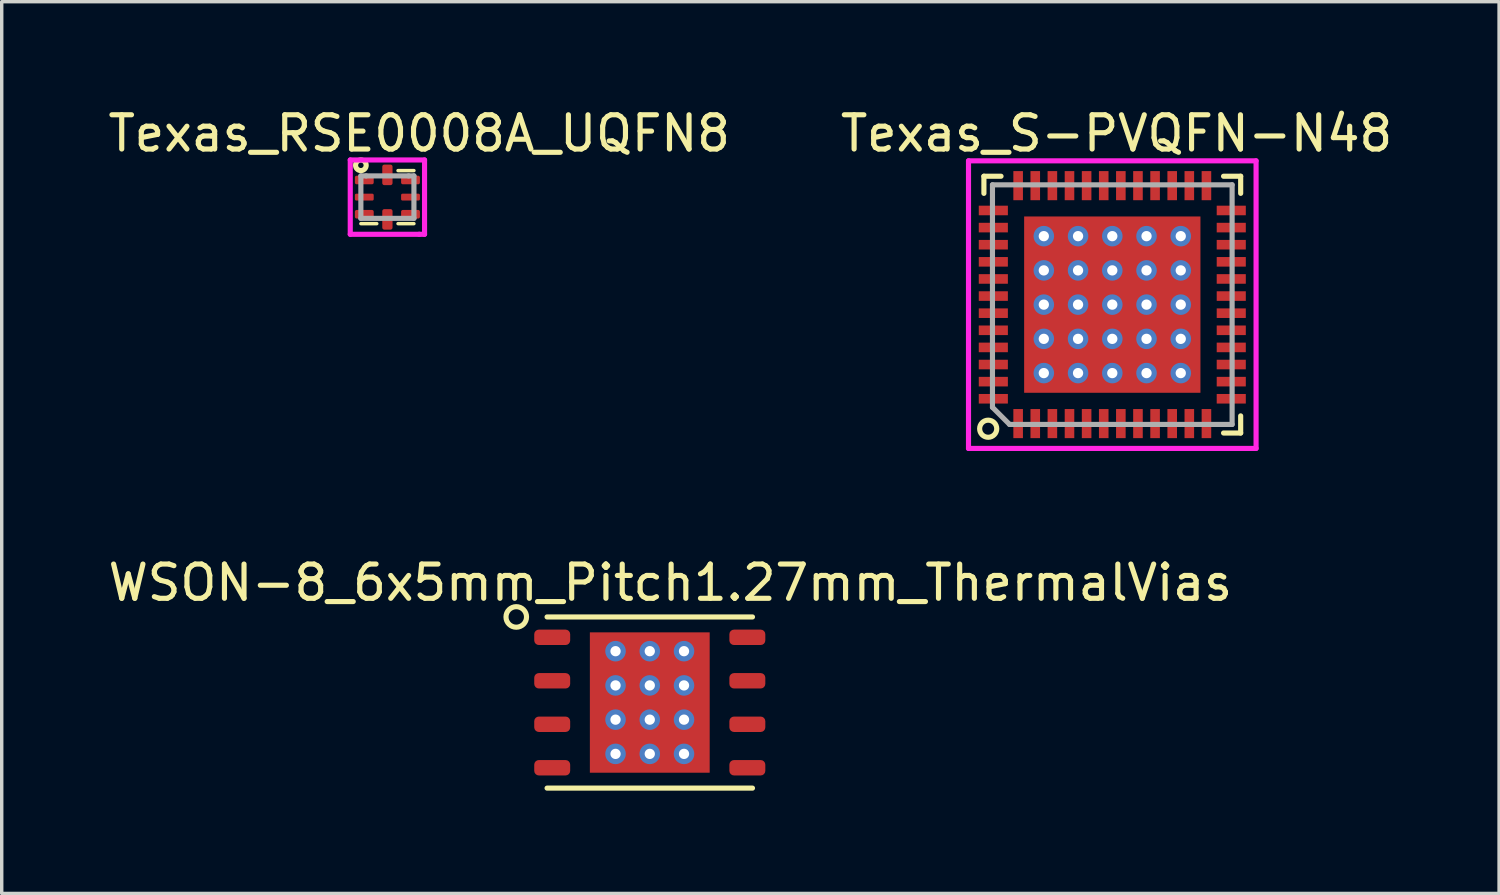
<source format=kicad_pcb>
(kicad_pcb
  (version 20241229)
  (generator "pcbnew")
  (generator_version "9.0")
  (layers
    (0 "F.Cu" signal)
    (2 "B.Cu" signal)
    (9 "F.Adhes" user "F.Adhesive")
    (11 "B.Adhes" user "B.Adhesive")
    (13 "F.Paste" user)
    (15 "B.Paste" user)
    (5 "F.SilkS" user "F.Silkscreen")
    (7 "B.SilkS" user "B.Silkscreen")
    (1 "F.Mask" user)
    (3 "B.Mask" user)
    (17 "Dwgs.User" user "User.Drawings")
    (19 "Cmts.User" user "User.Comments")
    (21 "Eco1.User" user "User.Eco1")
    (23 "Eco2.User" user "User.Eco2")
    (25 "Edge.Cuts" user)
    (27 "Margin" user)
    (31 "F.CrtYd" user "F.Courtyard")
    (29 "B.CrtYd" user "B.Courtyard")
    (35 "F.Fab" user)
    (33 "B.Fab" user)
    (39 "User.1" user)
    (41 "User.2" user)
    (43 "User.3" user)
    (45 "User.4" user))
  (footprint "Texas_S-PVQFN-N48"
    (layer "F.Cu")
    (at 29.44 5.848)
    (property "Reference" "Texas_S-PVQFN-N48" (at 0.125 -5 180) (layer "F.SilkS") (effects (font (size 1 1) (thickness 0.15))))
    (attr through_hole)
    (fp_line (start -3.75 -3.75) (end -3.25 -3.75) (stroke (width 0.15) (type solid)) (layer "F.SilkS"))
    (fp_line (start -3.75 -3.25) (end -3.75 -3.75) (stroke (width 0.15) (type solid)) (layer "F.SilkS"))
    (fp_line (start 3.25 -3.75) (end 3.75 -3.75) (stroke (width 0.15) (type solid)) (layer "F.SilkS"))
    (fp_line (start 3.25 3.75) (end 3.75 3.75) (stroke (width 0.15) (type solid)) (layer "F.SilkS"))
    (fp_line (start 3.75 -3.75) (end 3.75 -3.25) (stroke (width 0.15) (type solid)) (layer "F.SilkS"))
    (fp_line (start 3.75 3.75) (end 3.75 3.25) (stroke (width 0.15) (type solid)) (layer "F.SilkS"))
    (fp_circle (center -3.625 3.625) (end -3.375 3.625) (stroke (width 0.15) (type solid)) (fill no) (layer "F.SilkS"))
    (fp_line (start -4.2 -4.2) (end 4.2 -4.2) (stroke (width 0.15) (type solid)) (layer "F.CrtYd"))
    (fp_line (start -4.2 4.2) (end -4.2 -4.2) (stroke (width 0.15) (type solid)) (layer "F.CrtYd"))
    (fp_line (start 4.2 -4.2) (end 4.2 4.2) (stroke (width 0.15) (type solid)) (layer "F.CrtYd"))
    (fp_line (start 4.2 4.2) (end -4.2 4.2) (stroke (width 0.15) (type solid)) (layer "F.CrtYd"))
    (fp_line (start -3.5 -3.5) (end -3.5 3) (stroke (width 0.15) (type solid)) (layer "F.Fab"))
    (fp_line (start -3.5 3) (end -3 3.5) (stroke (width 0.15) (type solid)) (layer "F.Fab"))
    (fp_line (start -3 3.5) (end 3.5 3.5) (stroke (width 0.15) (type solid)) (layer "F.Fab"))
    (fp_line (start 3.5 -3.5) (end -3.5 -3.5) (stroke (width 0.15) (type solid)) (layer "F.Fab"))
    (fp_line (start 3.5 3.5) (end 3.5 -3.5) (stroke (width 0.15) (type solid)) (layer "F.Fab"))
    (pad "" thru_hole circle (at -2 -2) (size 0.6 0.6) (drill 0.3) (layers "*.Cu" "*.Mask"))
    (pad "" thru_hole circle (at -2 -1) (size 0.6 0.6) (drill 0.3) (layers "*.Cu" "*.Mask"))
    (pad "" thru_hole circle (at -2 0) (size 0.6 0.6) (drill 0.3) (layers "*.Cu" "*.Mask"))
    (pad "" thru_hole circle (at -2 1) (size 0.6 0.6) (drill 0.3) (layers "*.Cu" "*.Mask"))
    (pad "" thru_hole circle (at -2 2) (size 0.6 0.6) (drill 0.3) (layers "*.Cu" "*.Mask"))
    (pad "" smd rect (at -1.75 -1.75) (size 1.45 1.45) (layers "F.Paste"))
    (pad "" smd rect (at -1.75 0) (size 1.45 1.45) (layers "F.Paste"))
    (pad "" smd rect (at -1.75 1.75) (size 1.45 1.45) (layers "F.Paste"))
    (pad "" thru_hole circle (at -1 -2) (size 0.6 0.6) (drill 0.3) (layers "*.Cu" "*.Mask"))
    (pad "" thru_hole circle (at -1 -1) (size 0.6 0.6) (drill 0.3) (layers "*.Cu" "*.Mask"))
    (pad "" thru_hole circle (at -1 0) (size 0.6 0.6) (drill 0.3) (layers "*.Cu" "*.Mask"))
    (pad "" thru_hole circle (at -1 1) (size 0.6 0.6) (drill 0.3) (layers "*.Cu" "*.Mask"))
    (pad "" thru_hole circle (at -1 2) (size 0.6 0.6) (drill 0.3) (layers "*.Cu" "*.Mask"))
    (pad "" thru_hole circle (at 0 -2) (size 0.6 0.6) (drill 0.3) (layers "*.Cu" "*.Mask"))
    (pad "" smd rect (at 0 -1.75) (size 1.45 1.45) (layers "F.Paste"))
    (pad "" thru_hole circle (at 0 -1) (size 0.6 0.6) (drill 0.3) (layers "*.Cu" "*.Mask"))
    (pad "" thru_hole circle (at 0 0) (size 0.6 0.6) (drill 0.3) (layers "*.Cu" "*.Mask"))
    (pad "" smd rect (at 0 0) (size 1.45 1.45) (layers "F.Paste"))
    (pad "" thru_hole circle (at 0 1) (size 0.6 0.6) (drill 0.3) (layers "*.Cu" "*.Mask"))
    (pad "" smd rect (at 0 1.75) (size 1.45 1.45) (layers "F.Paste"))
    (pad "" thru_hole circle (at 0 2) (size 0.6 0.6) (drill 0.3) (layers "*.Cu" "*.Mask"))
    (pad "" thru_hole circle (at 1 -2) (size 0.6 0.6) (drill 0.3) (layers "*.Cu" "*.Mask"))
    (pad "" thru_hole circle (at 1 -1) (size 0.6 0.6) (drill 0.3) (layers "*.Cu" "*.Mask"))
    (pad "" thru_hole circle (at 1 0) (size 0.6 0.6) (drill 0.3) (layers "*.Cu" "*.Mask"))
    (pad "" thru_hole circle (at 1 1) (size 0.6 0.6) (drill 0.3) (layers "*.Cu" "*.Mask"))
    (pad "" thru_hole circle (at 1 2) (size 0.6 0.6) (drill 0.3) (layers "*.Cu" "*.Mask"))
    (pad "" smd rect (at 1.75 -1.75) (size 1.45 1.45) (layers "F.Paste"))
    (pad "" smd rect (at 1.75 0) (size 1.45 1.45) (layers "F.Paste"))
    (pad "" smd rect (at 1.75 1.75) (size 1.45 1.45) (layers "F.Paste"))
    (pad "" thru_hole circle (at 2 -2) (size 0.6 0.6) (drill 0.3) (layers "*.Cu" "*.Mask"))
    (pad "" thru_hole circle (at 2 -1) (size 0.6 0.6) (drill 0.3) (layers "*.Cu" "*.Mask"))
    (pad "" thru_hole circle (at 2 0) (size 0.6 0.6) (drill 0.3) (layers "*.Cu" "*.Mask"))
    (pad "" thru_hole circle (at 2 1) (size 0.6 0.6) (drill 0.3) (layers "*.Cu" "*.Mask"))
    (pad "" thru_hole circle (at 2 2) (size 0.6 0.6) (drill 0.3) (layers "*.Cu" "*.Mask"))
    (pad "1" smd rect (at -2.75 3.475) (size 0.28 0.85) (layers "F.Cu" "F.Mask" "F.Paste"))
    (pad "2" smd rect (at -2.25 3.475) (size 0.28 0.85) (layers "F.Cu" "F.Mask" "F.Paste"))
    (pad "3" smd rect (at -1.75 3.475) (size 0.28 0.85) (layers "F.Cu" "F.Mask" "F.Paste"))
    (pad "4" smd rect (at -1.25 3.475) (size 0.28 0.85) (layers "F.Cu" "F.Mask" "F.Paste"))
    (pad "5" smd rect (at -0.75 3.475) (size 0.28 0.85) (layers "F.Cu" "F.Mask" "F.Paste"))
    (pad "6" smd rect (at -0.25 3.475) (size 0.28 0.85) (layers "F.Cu" "F.Mask" "F.Paste"))
    (pad "7" smd rect (at 0.25 3.475) (size 0.28 0.85) (layers "F.Cu" "F.Mask" "F.Paste"))
    (pad "8" smd rect (at 0.75 3.475) (size 0.28 0.85) (layers "F.Cu" "F.Mask" "F.Paste"))
    (pad "9" smd rect (at 1.25 3.475) (size 0.28 0.85) (layers "F.Cu" "F.Mask" "F.Paste"))
    (pad "10" smd rect (at 1.75 3.475) (size 0.28 0.85) (layers "F.Cu" "F.Mask" "F.Paste"))
    (pad "11" smd rect (at 2.25 3.475) (size 0.28 0.85) (layers "F.Cu" "F.Mask" "F.Paste"))
    (pad "12" smd rect (at 2.75 3.475) (size 0.28 0.85) (layers "F.Cu" "F.Mask" "F.Paste"))
    (pad "13" smd rect (at 3.475 2.75 90) (size 0.28 0.85) (layers "F.Cu" "F.Mask" "F.Paste"))
    (pad "14" smd rect (at 3.475 2.25 90) (size 0.28 0.85) (layers "F.Cu" "F.Mask" "F.Paste"))
    (pad "15" smd rect (at 3.475 1.75 90) (size 0.28 0.85) (layers "F.Cu" "F.Mask" "F.Paste"))
    (pad "16" smd rect (at 3.475 1.25 90) (size 0.28 0.85) (layers "F.Cu" "F.Mask" "F.Paste"))
    (pad "17" smd rect (at 3.475 0.75 90) (size 0.28 0.85) (layers "F.Cu" "F.Mask" "F.Paste"))
    (pad "18" smd rect (at 3.475 0.25 90) (size 0.28 0.85) (layers "F.Cu" "F.Mask" "F.Paste"))
    (pad "19" smd rect (at 3.475 -0.25 90) (size 0.28 0.85) (layers "F.Cu" "F.Mask" "F.Paste"))
    (pad "20" smd rect (at 3.475 -0.75 90) (size 0.28 0.85) (layers "F.Cu" "F.Mask" "F.Paste"))
    (pad "21" smd rect (at 3.475 -1.25 90) (size 0.28 0.85) (layers "F.Cu" "F.Mask" "F.Paste"))
    (pad "22" smd rect (at 3.475 -1.75 90) (size 0.28 0.85) (layers "F.Cu" "F.Mask" "F.Paste"))
    (pad "23" smd rect (at 3.475 -2.25 90) (size 0.28 0.85) (layers "F.Cu" "F.Mask" "F.Paste"))
    (pad "24" smd rect (at 3.475 -2.75 90) (size 0.28 0.85) (layers "F.Cu" "F.Mask" "F.Paste"))
    (pad "25" smd rect (at 2.75 -3.475) (size 0.28 0.85) (layers "F.Cu" "F.Mask" "F.Paste"))
    (pad "26" smd rect (at 2.25 -3.475) (size 0.28 0.85) (layers "F.Cu" "F.Mask" "F.Paste"))
    (pad "27" smd rect (at 1.75 -3.475) (size 0.28 0.85) (layers "F.Cu" "F.Mask" "F.Paste"))
    (pad "28" smd rect (at 1.25 -3.475) (size 0.28 0.85) (layers "F.Cu" "F.Mask" "F.Paste"))
    (pad "29" smd rect (at 0.75 -3.475) (size 0.28 0.85) (layers "F.Cu" "F.Mask" "F.Paste"))
    (pad "30" smd rect (at 0.25 -3.475) (size 0.28 0.85) (layers "F.Cu" "F.Mask" "F.Paste"))
    (pad "31" smd rect (at -0.25 -3.475) (size 0.28 0.85) (layers "F.Cu" "F.Mask" "F.Paste"))
    (pad "32" smd rect (at -0.75 -3.475) (size 0.28 0.85) (layers "F.Cu" "F.Mask" "F.Paste"))
    (pad "33" smd rect (at -1.25 -3.475) (size 0.28 0.85) (layers "F.Cu" "F.Mask" "F.Paste"))
    (pad "34" smd rect (at -1.75 -3.475) (size 0.28 0.85) (layers "F.Cu" "F.Mask" "F.Paste"))
    (pad "35" smd rect (at -2.25 -3.475) (size 0.28 0.85) (layers "F.Cu" "F.Mask" "F.Paste"))
    (pad "36" smd rect (at -2.75 -3.475) (size 0.28 0.85) (layers "F.Cu" "F.Mask" "F.Paste"))
    (pad "37" smd rect (at -3.475 -2.75 90) (size 0.28 0.85) (layers "F.Cu" "F.Mask" "F.Paste"))
    (pad "38" smd rect (at -3.475 -2.25 90) (size 0.28 0.85) (layers "F.Cu" "F.Mask" "F.Paste"))
    (pad "39" smd rect (at -3.475 -1.75 90) (size 0.28 0.85) (layers "F.Cu" "F.Mask" "F.Paste"))
    (pad "40" smd rect (at -3.475 -1.25 90) (size 0.28 0.85) (layers "F.Cu" "F.Mask" "F.Paste"))
    (pad "41" smd rect (at -3.475 -0.75 90) (size 0.28 0.85) (layers "F.Cu" "F.Mask" "F.Paste"))
    (pad "42" smd rect (at -3.475 -0.25 90) (size 0.28 0.85) (layers "F.Cu" "F.Mask" "F.Paste"))
    (pad "43" smd rect (at -3.475 0.25 90) (size 0.28 0.85) (layers "F.Cu" "F.Mask" "F.Paste"))
    (pad "44" smd rect (at -3.475 0.75 90) (size 0.28 0.85) (layers "F.Cu" "F.Mask" "F.Paste"))
    (pad "45" smd rect (at -3.475 1.25 90) (size 0.28 0.85) (layers "F.Cu" "F.Mask" "F.Paste"))
    (pad "46" smd rect (at -3.475 1.75 90) (size 0.28 0.85) (layers "F.Cu" "F.Mask" "F.Paste"))
    (pad "47" smd rect (at -3.475 2.25 90) (size 0.28 0.85) (layers "F.Cu" "F.Mask" "F.Paste"))
    (pad "48" smd rect (at -3.475 2.75 90) (size 0.28 0.85) (layers "F.Cu" "F.Mask" "F.Paste"))
    (pad "49" smd rect (at 0 0) (size 5.15 5.15) (layers "F.Cu" "F.Mask")))
  (footprint "Texas_RSE0008A_UQFN8"
    (layer "F.Cu")
    (at 8.266 2.708)
    (property "Reference" "Texas_RSE0008A_UQFN8" (at 0.93 -1.86 0) (layer "F.SilkS") (effects (font (size 1 1) (thickness 0.15))))
    (attr through_hole)
    (fp_line (start -0.775 0.775) (end -0.31 0.775) (stroke (width 0.1) (type solid)) (layer "F.SilkS"))
    (fp_line (start 0.31 -0.775) (end 0.775 -0.775) (stroke (width 0.1) (type solid)) (layer "F.SilkS"))
    (fp_line (start 0.31 0.775) (end 0.775 0.775) (stroke (width 0.1) (type solid)) (layer "F.SilkS"))
    (fp_circle (center -0.775 -0.93) (end -0.62 -0.93) (stroke (width 0.15) (type solid)) (fill no) (layer "F.SilkS"))
    (fp_line (start -1.085 -1.085) (end 1.085 -1.085) (stroke (width 0.15) (type solid)) (layer "F.CrtYd"))
    (fp_line (start -1.085 1.085) (end -1.085 -1.085) (stroke (width 0.15) (type solid)) (layer "F.CrtYd"))
    (fp_line (start 0.93 1.085) (end -1.085 1.085) (stroke (width 0.15) (type solid)) (layer "F.CrtYd"))
    (fp_line (start 1.085 -1.085) (end 1.085 1.085) (stroke (width 0.15) (type solid)) (layer "F.CrtYd"))
    (fp_line (start 1.085 1.085) (end 0.93 1.085) (stroke (width 0.15) (type solid)) (layer "F.CrtYd"))
    (fp_line (start -0.775 -0.62) (end -0.62 -0.62) (stroke (width 0.15) (type solid)) (layer "F.Fab"))
    (fp_line (start -0.775 0.62) (end -0.775 -0.62) (stroke (width 0.15) (type solid)) (layer "F.Fab"))
    (fp_line (start -0.62 -0.62) (end 0.62 -0.62) (stroke (width 0.15) (type solid)) (layer "F.Fab"))
    (fp_line (start 0.62 -0.62) (end 0.775 -0.62) (stroke (width 0.15) (type solid)) (layer "F.Fab"))
    (fp_line (start 0.775 -0.62) (end 0.775 0.62) (stroke (width 0.15) (type solid)) (layer "F.Fab"))
    (fp_line (start 0.775 0.62) (end -0.775 0.62) (stroke (width 0.15) (type solid)) (layer "F.Fab"))
    (pad "1" smd roundrect (at -0.675 -0.5) (size 0.55 0.25) (layers "F.Cu" "F.Mask" "F.Paste") (roundrect_rratio 0.2))
    (pad "2" smd roundrect (at -0.675 0) (size 0.55 0.2) (layers "F.Cu" "F.Mask" "F.Paste") (roundrect_rratio 0.2))
    (pad "3" smd roundrect (at -0.675 0.5) (size 0.55 0.25) (layers "F.Cu" "F.Mask" "F.Paste") (roundrect_rratio 0.2))
    (pad "4" smd roundrect (at 0 0.65) (size 0.3 0.6) (layers "F.Cu" "F.Mask" "F.Paste") (roundrect_rratio 0.2))
    (pad "5" smd roundrect (at 0.675 0.5) (size 0.55 0.25) (layers "F.Cu" "F.Mask" "F.Paste") (roundrect_rratio 0.2))
    (pad "6" smd roundrect (at 0.675 0) (size 0.55 0.2) (layers "F.Cu" "F.Mask" "F.Paste") (roundrect_rratio 0.2))
    (pad "7" smd roundrect (at 0.675 -0.5) (size 0.55 0.25) (layers "F.Cu" "F.Mask" "F.Paste") (roundrect_rratio 0.2))
    (pad "8" smd roundrect (at 0 -0.65) (size 0.3 0.6) (layers "F.Cu" "F.Mask" "F.Paste") (roundrect_rratio 0.2)))
  (footprint "WSON-8_6x5mm_Pitch1.27mm_ThermalVias"
    (layer "F.Cu")
    (at 15.93 17.471)
    (property "Reference" "WSON-8_6x5mm_Pitch1.27mm_ThermalVias" (at 0.6 -3.5 0) (layer "F.SilkS") (effects (font (size 1 1) (thickness 0.15))))
    (attr through_hole)
    (fp_line (start 3 -2.5) (end -3 -2.5) (stroke (width 0.15) (type solid)) (layer "F.SilkS"))
    (fp_line (start 3 2.5) (end -3 2.5) (stroke (width 0.15) (type solid)) (layer "F.SilkS"))
    (fp_circle (center -3.9 -2.5) (end -3.6 -2.5) (stroke (width 0.15) (type solid)) (fill no) (layer "F.SilkS"))
    (pad "" thru_hole circle (at -1 -1.5) (size 0.6 0.6) (drill 0.3) (layers "*.Cu" "*.Mask"))
    (pad "" thru_hole circle (at -1 -0.5) (size 0.6 0.6) (drill 0.3) (layers "*.Cu" "*.Mask"))
    (pad "" thru_hole circle (at -1 0.5) (size 0.6 0.6) (drill 0.3) (layers "*.Cu" "*.Mask"))
    (pad "" thru_hole circle (at -1 1.5) (size 0.6 0.6) (drill 0.3) (layers "*.Cu" "*.Mask"))
    (pad "" thru_hole circle (at 0 -1.5) (size 0.6 0.6) (drill 0.3) (layers "*.Cu" "*.Mask"))
    (pad "" thru_hole circle (at 0 -0.5) (size 0.6 0.6) (drill 0.3) (layers "*.Cu" "*.Mask"))
    (pad "" thru_hole circle (at 0 0.5) (size 0.6 0.6) (drill 0.3) (layers "*.Cu" "*.Mask"))
    (pad "" thru_hole circle (at 0 1.5) (size 0.6 0.6) (drill 0.3) (layers "*.Cu" "*.Mask"))
    (pad "" thru_hole circle (at 1 -1.5) (size 0.6 0.6) (drill 0.3) (layers "*.Cu" "*.Mask"))
    (pad "" thru_hole circle (at 1 -0.5) (size 0.6 0.6) (drill 0.3) (layers "*.Cu" "*.Mask"))
    (pad "" thru_hole circle (at 1 0.5) (size 0.6 0.6) (drill 0.3) (layers "*.Cu" "*.Mask"))
    (pad "" thru_hole circle (at 1 1.5) (size 0.6 0.6) (drill 0.3) (layers "*.Cu" "*.Mask"))
    (pad "1" smd roundrect (at -2.85 -1.905) (size 1.05 0.45) (layers "F.Cu" "F.Mask" "F.Paste") (roundrect_rratio 0.3))
    (pad "2" smd roundrect (at -2.85 -0.635) (size 1.05 0.45) (layers "F.Cu" "F.Mask" "F.Paste") (roundrect_rratio 0.3))
    (pad "3" smd roundrect (at -2.85 0.635) (size 1.05 0.45) (layers "F.Cu" "F.Mask" "F.Paste") (roundrect_rratio 0.3))
    (pad "4" smd roundrect (at -2.85 1.905) (size 1.05 0.45) (layers "F.Cu" "F.Mask" "F.Paste") (roundrect_rratio 0.3))
    (pad "5" smd roundrect (at 2.85 1.905) (size 1.05 0.45) (layers "F.Cu" "F.Mask" "F.Paste") (roundrect_rratio 0.3))
    (pad "6" smd roundrect (at 2.85 0.635) (size 1.05 0.45) (layers "F.Cu" "F.Mask" "F.Paste") (roundrect_rratio 0.3))
    (pad "7" smd roundrect (at 2.85 -0.635) (size 1.05 0.45) (layers "F.Cu" "F.Mask" "F.Paste") (roundrect_rratio 0.3))
    (pad "8" smd roundrect (at 2.85 -1.905) (size 1.05 0.45) (layers "F.Cu" "F.Mask" "F.Paste") (roundrect_rratio 0.3))
    (pad "9" smd rect (at 0 0) (size 3.5 4.1) (layers "F.Cu" "F.Mask" "F.Paste")))
  (gr_rect
    (start -3 -3)
    (end 40.738 23.047)
    (stroke (width 0.1) (type default))
    (fill no)
    (layer "Edge.Cuts")))
</source>
